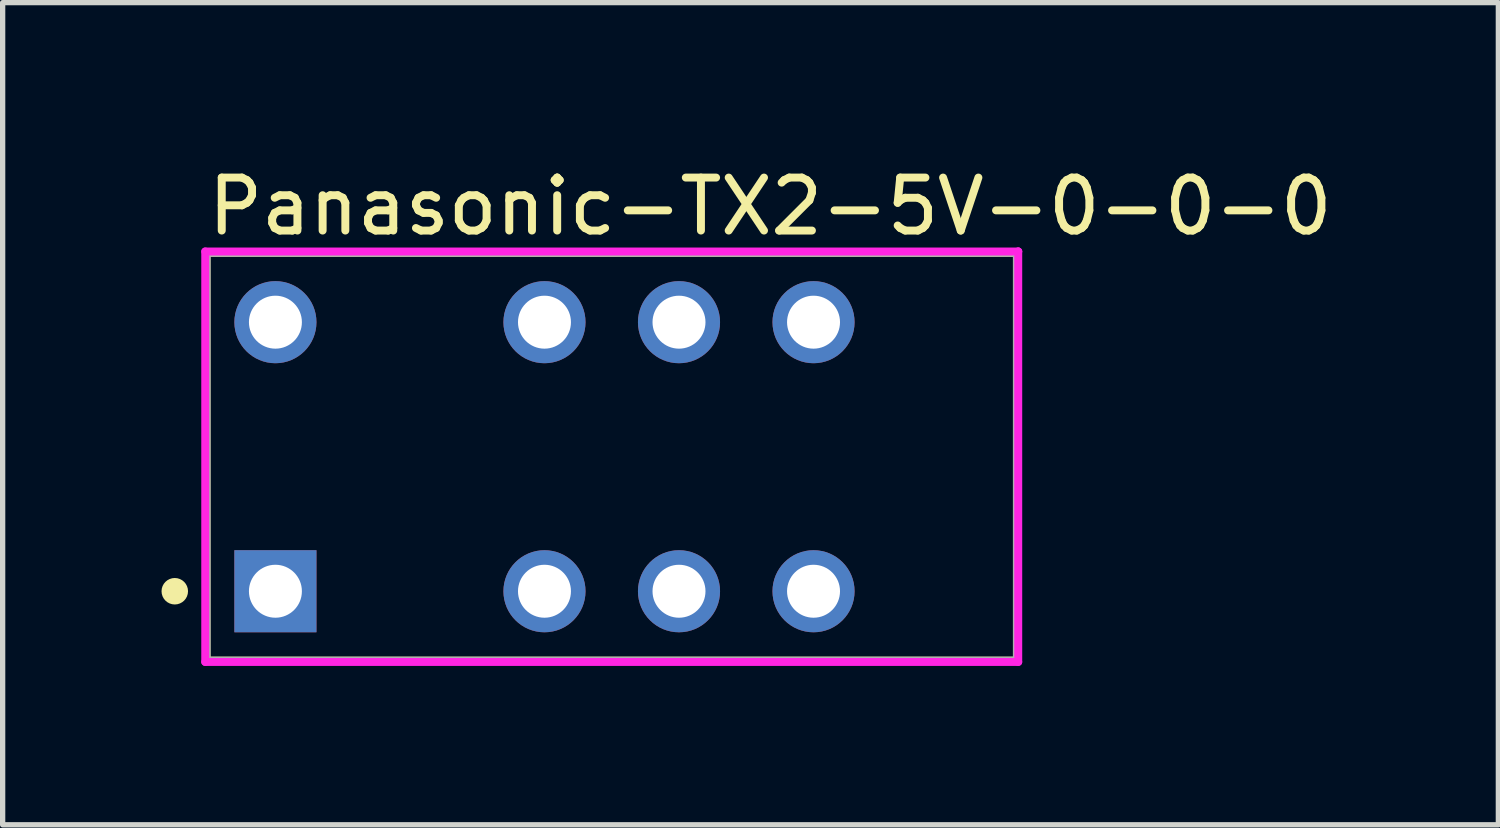
<source format=kicad_pcb>
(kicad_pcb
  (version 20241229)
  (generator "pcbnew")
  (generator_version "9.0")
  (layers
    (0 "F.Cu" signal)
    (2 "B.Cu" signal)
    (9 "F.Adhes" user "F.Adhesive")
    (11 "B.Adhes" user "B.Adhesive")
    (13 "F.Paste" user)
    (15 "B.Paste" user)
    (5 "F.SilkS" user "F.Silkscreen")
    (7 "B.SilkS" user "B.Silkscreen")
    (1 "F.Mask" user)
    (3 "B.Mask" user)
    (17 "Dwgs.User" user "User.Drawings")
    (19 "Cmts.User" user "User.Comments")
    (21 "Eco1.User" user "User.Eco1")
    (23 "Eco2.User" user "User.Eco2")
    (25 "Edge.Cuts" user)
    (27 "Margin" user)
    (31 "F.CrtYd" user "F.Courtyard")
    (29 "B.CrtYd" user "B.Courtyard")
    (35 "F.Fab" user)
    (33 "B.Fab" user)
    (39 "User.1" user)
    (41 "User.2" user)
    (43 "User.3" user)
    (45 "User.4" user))
  (footprint "Panasonic-TX2-5V-0-0-0"
    (layer "F.Cu")
    (at 8.5 5.573)
    (property "Reference" "Panasonic-TX2-5V-0-0-0" (at -7.7 -4.725 0) (layer "F.SilkS") (effects (font (size 1 1) (thickness 0.15)) (justify left)))
    (attr through_hole)
    (fp_line (start -7.65 -3.85) (end 7.65 -3.85) (stroke (width 0.15) (type solid)) (layer "F.SilkS"))
    (fp_line (start -7.65 3.85) (end -7.65 -3.85) (stroke (width 0.15) (type solid)) (layer "F.SilkS"))
    (fp_line (start -7.65 3.85) (end 7.65 3.85) (stroke (width 0.15) (type solid)) (layer "F.SilkS"))
    (fp_line (start 7.65 3.85) (end 7.65 -3.85) (stroke (width 0.15) (type solid)) (layer "F.SilkS"))
    (fp_circle (center -8.25 2.54) (end -8.125 2.54) (stroke (width 0.25) (type solid)) (fill no) (layer "F.SilkS"))
    (fp_line (start -7.675 -3.875) (end -7.675 3.875) (stroke (width 0.15) (type solid)) (layer "F.CrtYd"))
    (fp_line (start -7.675 3.875) (end 7.675 3.875) (stroke (width 0.15) (type solid)) (layer "F.CrtYd"))
    (fp_line (start 7.675 -3.875) (end -7.675 -3.875) (stroke (width 0.15) (type solid)) (layer "F.CrtYd"))
    (fp_line (start 7.675 -3.875) (end 7.675 -3.875) (stroke (width 0.15) (type solid)) (layer "F.CrtYd"))
    (fp_line (start 7.675 3.875) (end 7.675 -3.875) (stroke (width 0.15) (type solid)) (layer "F.CrtYd"))
    (fp_line (start -7.65 -3.85) (end 7.65 -3.85) (stroke (width 0.15) (type solid)) (layer "F.Fab"))
    (fp_line (start -7.65 3.85) (end -7.65 -3.85) (stroke (width 0.15) (type solid)) (layer "F.Fab"))
    (fp_line (start 7.65 -3.85) (end 7.65 3.85) (stroke (width 0.15) (type solid)) (layer "F.Fab"))
    (fp_line (start 7.65 3.85) (end -7.65 3.85) (stroke (width 0.15) (type solid)) (layer "F.Fab"))
    (pad "1" thru_hole rect (at -6.35 2.54) (size 1.55 1.55) (drill 1) (layers "*.Cu"))
    (pad "3" thru_hole circle (at -1.27 2.54) (size 1.55 1.55) (drill 1) (layers "*.Cu"))
    (pad "4" thru_hole circle (at 1.27 2.54) (size 1.55 1.55) (drill 1) (layers "*.Cu"))
    (pad "5" thru_hole circle (at 3.81 2.54) (size 1.55 1.55) (drill 1) (layers "*.Cu"))
    (pad "8" thru_hole circle (at 3.81 -2.54) (size 1.55 1.55) (drill 1) (layers "*.Cu"))
    (pad "9" thru_hole circle (at 1.27 -2.54) (size 1.55 1.55) (drill 1) (layers "*.Cu"))
    (pad "10" thru_hole circle (at -1.27 -2.54) (size 1.55 1.55) (drill 1) (layers "*.Cu"))
    (pad "12" thru_hole circle (at -6.35 -2.54) (size 1.55 1.55) (drill 1) (layers "*.Cu")))
  (gr_rect
    (start -3 -3)
    (end 25.24 12.523)
    (stroke (width 0.1) (type default))
    (fill no)
    (layer "Edge.Cuts")))
</source>
